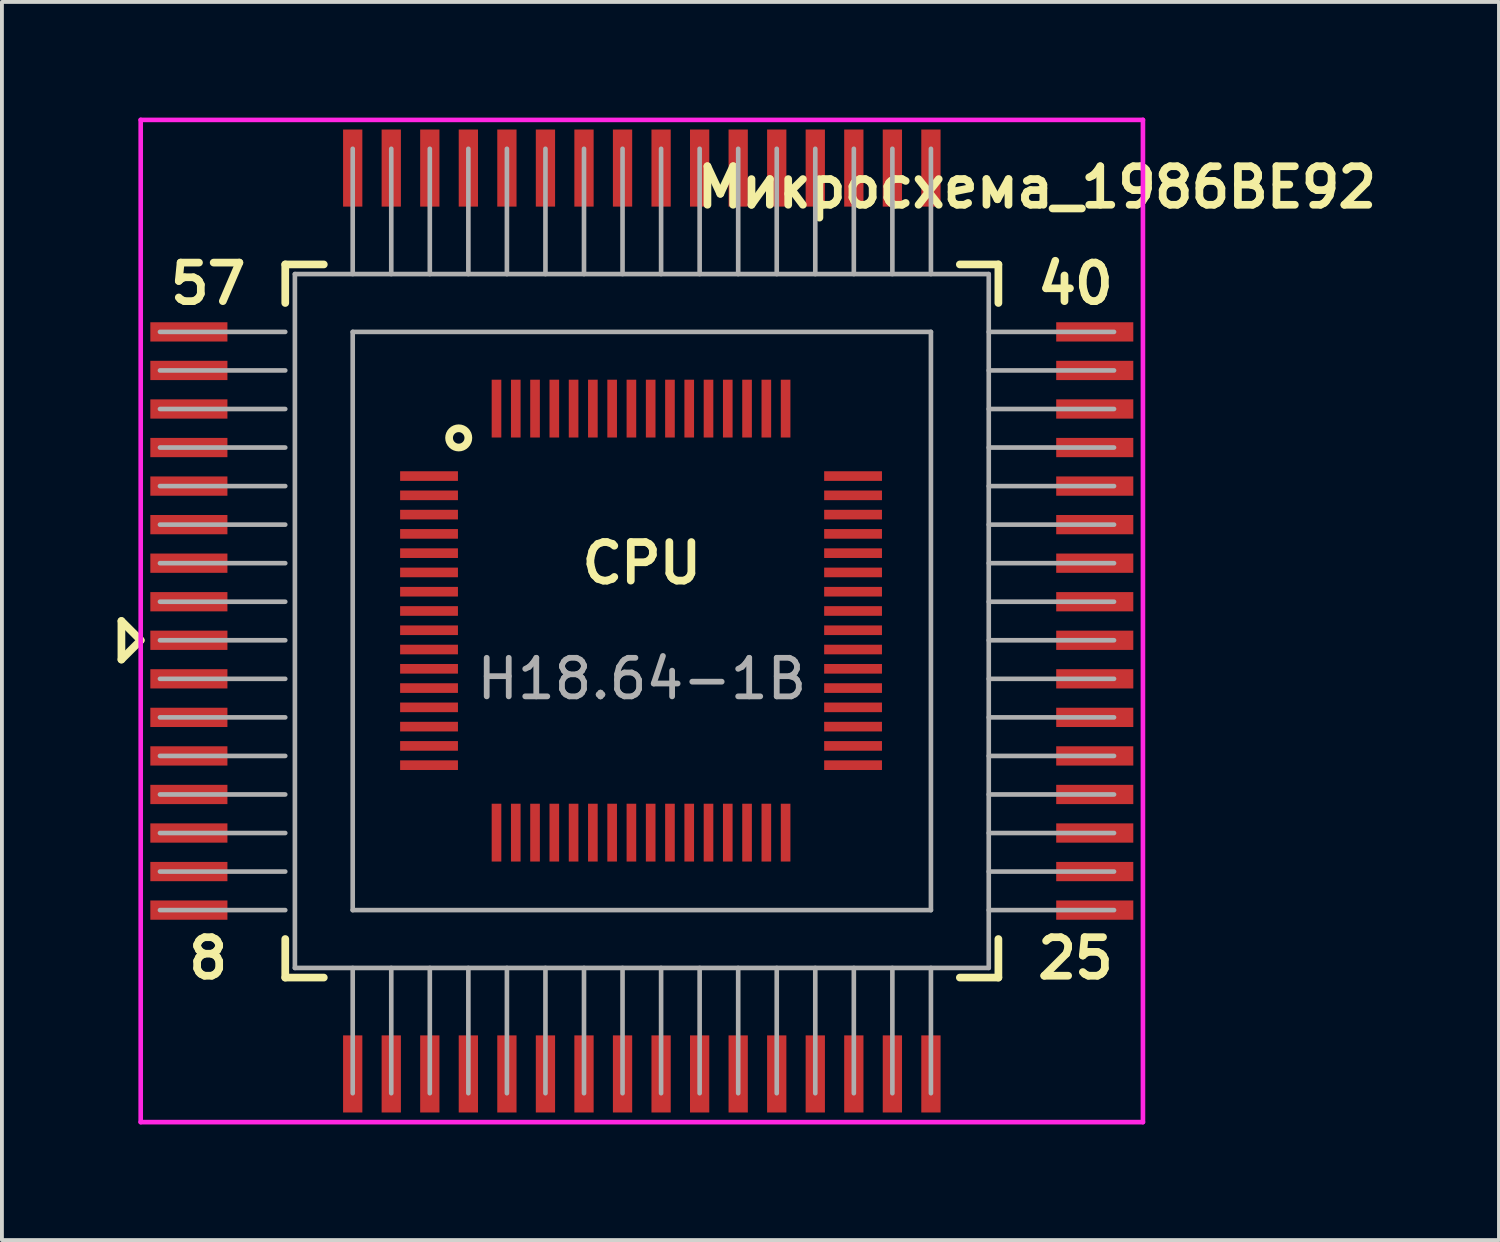
<source format=kicad_pcb>
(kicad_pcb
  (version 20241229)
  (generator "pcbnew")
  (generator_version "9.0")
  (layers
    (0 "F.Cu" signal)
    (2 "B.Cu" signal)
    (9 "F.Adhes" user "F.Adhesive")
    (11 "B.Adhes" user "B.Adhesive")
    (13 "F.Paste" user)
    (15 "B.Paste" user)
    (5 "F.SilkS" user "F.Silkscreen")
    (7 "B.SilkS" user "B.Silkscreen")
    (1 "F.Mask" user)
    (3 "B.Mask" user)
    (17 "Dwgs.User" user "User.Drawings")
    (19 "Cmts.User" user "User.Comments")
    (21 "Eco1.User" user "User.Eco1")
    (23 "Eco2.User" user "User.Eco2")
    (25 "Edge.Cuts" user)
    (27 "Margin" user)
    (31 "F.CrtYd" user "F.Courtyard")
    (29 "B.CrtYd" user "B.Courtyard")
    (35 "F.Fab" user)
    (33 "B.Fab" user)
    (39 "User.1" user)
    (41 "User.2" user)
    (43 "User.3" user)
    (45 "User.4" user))
  (footprint "Микросхема_1986ВЕ92"
    (layer "F.Cu")
    (at 13.6 13.06)
    (property "Reference" "Микросхема_1986ВЕ92" (at 10.25 -11.25 0) (layer "F.SilkS") (effects (font (size 1 1) (thickness 0.2))))
    (attr through_hole)
    (fp_line (start -13.5 1) (end -13.5 0) (stroke (width 0.2) (type solid)) (layer "F.SilkS"))
    (fp_line (start -13 0.5) (end -13.5 0) (stroke (width 0.2) (type solid)) (layer "F.SilkS"))
    (fp_line (start -13 0.5) (end -13.5 1) (stroke (width 0.2) (type solid)) (layer "F.SilkS"))
    (fp_line (start -9.25 -9.25) (end -8.25 -9.25) (stroke (width 0.2) (type solid)) (layer "F.SilkS"))
    (fp_line (start -9.25 -8.25) (end -9.25 -9.25) (stroke (width 0.2) (type solid)) (layer "F.SilkS"))
    (fp_line (start -9.25 9.25) (end -9.25 8.25) (stroke (width 0.2) (type solid)) (layer "F.SilkS"))
    (fp_line (start -9.25 9.25) (end -8.25 9.25) (stroke (width 0.2) (type solid)) (layer "F.SilkS"))
    (fp_line (start 9.25 -9.25) (end 8.25 -9.25) (stroke (width 0.2) (type solid)) (layer "F.SilkS"))
    (fp_line (start 9.25 -9.25) (end 9.25 -8.25) (stroke (width 0.2) (type solid)) (layer "F.SilkS"))
    (fp_line (start 9.25 9.25) (end 8.25 9.25) (stroke (width 0.2) (type solid)) (layer "F.SilkS"))
    (fp_line (start 9.25 9.25) (end 9.25 8.25) (stroke (width 0.2) (type solid)) (layer "F.SilkS"))
    (fp_circle (center -4.75 -4.75) (end -4.5 -4.75) (stroke (width 0.2) (type solid)) (fill no) (layer "F.SilkS"))
    (fp_line (start -13 -13) (end 13 -13) (stroke (width 0.12) (type solid)) (layer "F.CrtYd"))
    (fp_line (start -13 13) (end -13 -13) (stroke (width 0.12) (type solid)) (layer "F.CrtYd"))
    (fp_line (start 13 -13) (end 13 13) (stroke (width 0.12) (type solid)) (layer "F.CrtYd"))
    (fp_line (start 13 13) (end -13 13) (stroke (width 0.12) (type solid)) (layer "F.CrtYd"))
    (fp_line (start -12.5 -7.5) (end -9.25 -7.5) (stroke (width 0.12) (type solid)) (layer "F.Fab"))
    (fp_line (start -12.5 -6.5) (end -9.25 -6.5) (stroke (width 0.12) (type solid)) (layer "F.Fab"))
    (fp_line (start -12.5 -5.5) (end -9.25 -5.5) (stroke (width 0.12) (type solid)) (layer "F.Fab"))
    (fp_line (start -12.5 -4.5) (end -9.25 -4.5) (stroke (width 0.12) (type solid)) (layer "F.Fab"))
    (fp_line (start -12.5 -3.5) (end -9.25 -3.5) (stroke (width 0.12) (type solid)) (layer "F.Fab"))
    (fp_line (start -12.5 -2.5) (end -9.25 -2.5) (stroke (width 0.12) (type solid)) (layer "F.Fab"))
    (fp_line (start -12.5 -1.5) (end -9.25 -1.5) (stroke (width 0.12) (type solid)) (layer "F.Fab"))
    (fp_line (start -12.5 -0.5) (end -9.25 -0.5) (stroke (width 0.12) (type solid)) (layer "F.Fab"))
    (fp_line (start -12.5 0.5) (end -9.25 0.5) (stroke (width 0.12) (type solid)) (layer "F.Fab"))
    (fp_line (start -12.5 1.5) (end -9.25 1.5) (stroke (width 0.12) (type solid)) (layer "F.Fab"))
    (fp_line (start -12.5 2.5) (end -9.25 2.5) (stroke (width 0.12) (type solid)) (layer "F.Fab"))
    (fp_line (start -12.5 3.5) (end -9.25 3.5) (stroke (width 0.12) (type solid)) (layer "F.Fab"))
    (fp_line (start -12.5 4.5) (end -9.25 4.5) (stroke (width 0.12) (type solid)) (layer "F.Fab"))
    (fp_line (start -12.5 5.5) (end -9.25 5.5) (stroke (width 0.12) (type solid)) (layer "F.Fab"))
    (fp_line (start -12.5 6.5) (end -9.25 6.5) (stroke (width 0.12) (type solid)) (layer "F.Fab"))
    (fp_line (start -12.5 7.5) (end -9.25 7.5) (stroke (width 0.12) (type solid)) (layer "F.Fab"))
    (fp_line (start -9 -9) (end 9 -9) (stroke (width 0.12) (type solid)) (layer "F.Fab"))
    (fp_line (start -9 9) (end -9 -9) (stroke (width 0.12) (type solid)) (layer "F.Fab"))
    (fp_line (start -7.5 -12.25) (end -7.5 -9) (stroke (width 0.12) (type solid)) (layer "F.Fab"))
    (fp_line (start -7.5 -7.5) (end 7.5 -7.5) (stroke (width 0.12) (type solid)) (layer "F.Fab"))
    (fp_line (start -7.5 7.5) (end -7.5 -7.5) (stroke (width 0.12) (type solid)) (layer "F.Fab"))
    (fp_line (start -7.5 12.25) (end -7.5 9) (stroke (width 0.12) (type solid)) (layer "F.Fab"))
    (fp_line (start -6.5 -12.25) (end -6.5 -9) (stroke (width 0.12) (type solid)) (layer "F.Fab"))
    (fp_line (start -6.5 12.25) (end -6.5 9) (stroke (width 0.12) (type solid)) (layer "F.Fab"))
    (fp_line (start -5.5 -12.25) (end -5.5 -9) (stroke (width 0.12) (type solid)) (layer "F.Fab"))
    (fp_line (start -5.5 12.25) (end -5.5 9) (stroke (width 0.12) (type solid)) (layer "F.Fab"))
    (fp_line (start -4.5 -12.25) (end -4.5 -9) (stroke (width 0.12) (type solid)) (layer "F.Fab"))
    (fp_line (start -4.5 12.25) (end -4.5 9) (stroke (width 0.12) (type solid)) (layer "F.Fab"))
    (fp_line (start -3.5 -12.25) (end -3.5 -9) (stroke (width 0.12) (type solid)) (layer "F.Fab"))
    (fp_line (start -3.5 12.25) (end -3.5 9) (stroke (width 0.12) (type solid)) (layer "F.Fab"))
    (fp_line (start -2.5 -12.25) (end -2.5 -9) (stroke (width 0.12) (type solid)) (layer "F.Fab"))
    (fp_line (start -2.5 12.25) (end -2.5 9) (stroke (width 0.12) (type solid)) (layer "F.Fab"))
    (fp_line (start -1.5 -12.25) (end -1.5 -9) (stroke (width 0.12) (type solid)) (layer "F.Fab"))
    (fp_line (start -1.5 12.25) (end -1.5 9) (stroke (width 0.12) (type solid)) (layer "F.Fab"))
    (fp_line (start -0.5 -12.25) (end -0.5 -9) (stroke (width 0.12) (type solid)) (layer "F.Fab"))
    (fp_line (start -0.5 12.25) (end -0.5 9) (stroke (width 0.12) (type solid)) (layer "F.Fab"))
    (fp_line (start 0.5 -12.25) (end 0.5 -9) (stroke (width 0.12) (type solid)) (layer "F.Fab"))
    (fp_line (start 0.5 12.25) (end 0.5 9) (stroke (width 0.12) (type solid)) (layer "F.Fab"))
    (fp_line (start 1.5 -12.25) (end 1.5 -9) (stroke (width 0.12) (type solid)) (layer "F.Fab"))
    (fp_line (start 1.5 12.25) (end 1.5 9) (stroke (width 0.12) (type solid)) (layer "F.Fab"))
    (fp_line (start 2.5 -12.25) (end 2.5 -9) (stroke (width 0.12) (type solid)) (layer "F.Fab"))
    (fp_line (start 2.5 12.25) (end 2.5 9) (stroke (width 0.12) (type solid)) (layer "F.Fab"))
    (fp_line (start 3.5 -12.25) (end 3.5 -9) (stroke (width 0.12) (type solid)) (layer "F.Fab"))
    (fp_line (start 3.5 12.25) (end 3.5 9) (stroke (width 0.12) (type solid)) (layer "F.Fab"))
    (fp_line (start 4.5 -12.25) (end 4.5 -9) (stroke (width 0.12) (type solid)) (layer "F.Fab"))
    (fp_line (start 4.5 12.25) (end 4.5 9) (stroke (width 0.12) (type solid)) (layer "F.Fab"))
    (fp_line (start 5.5 -12.25) (end 5.5 -9) (stroke (width 0.12) (type solid)) (layer "F.Fab"))
    (fp_line (start 5.5 12.25) (end 5.5 9) (stroke (width 0.12) (type solid)) (layer "F.Fab"))
    (fp_line (start 6.5 -12.25) (end 6.5 -9) (stroke (width 0.12) (type solid)) (layer "F.Fab"))
    (fp_line (start 6.5 12.25) (end 6.5 9) (stroke (width 0.12) (type solid)) (layer "F.Fab"))
    (fp_line (start 7.5 -12.25) (end 7.5 -9) (stroke (width 0.12) (type solid)) (layer "F.Fab"))
    (fp_line (start 7.5 -7.5) (end 7.5 7.5) (stroke (width 0.12) (type solid)) (layer "F.Fab"))
    (fp_line (start 7.5 7.5) (end -7.5 7.5) (stroke (width 0.12) (type solid)) (layer "F.Fab"))
    (fp_line (start 7.5 12.25) (end 7.5 9) (stroke (width 0.12) (type solid)) (layer "F.Fab"))
    (fp_line (start 9 -9) (end 9 9) (stroke (width 0.12) (type solid)) (layer "F.Fab"))
    (fp_line (start 9 9) (end -9 9) (stroke (width 0.12) (type solid)) (layer "F.Fab"))
    (fp_line (start 12.25 -7.5) (end 9 -7.5) (stroke (width 0.12) (type solid)) (layer "F.Fab"))
    (fp_line (start 12.25 -6.5) (end 9 -6.5) (stroke (width 0.12) (type solid)) (layer "F.Fab"))
    (fp_line (start 12.25 -5.5) (end 9 -5.5) (stroke (width 0.12) (type solid)) (layer "F.Fab"))
    (fp_line (start 12.25 -4.5) (end 9 -4.5) (stroke (width 0.12) (type solid)) (layer "F.Fab"))
    (fp_line (start 12.25 -3.5) (end 9 -3.5) (stroke (width 0.12) (type solid)) (layer "F.Fab"))
    (fp_line (start 12.25 -2.5) (end 9 -2.5) (stroke (width 0.12) (type solid)) (layer "F.Fab"))
    (fp_line (start 12.25 -1.5) (end 9 -1.5) (stroke (width 0.12) (type solid)) (layer "F.Fab"))
    (fp_line (start 12.25 -0.5) (end 9 -0.5) (stroke (width 0.12) (type solid)) (layer "F.Fab"))
    (fp_line (start 12.25 0.5) (end 9 0.5) (stroke (width 0.12) (type solid)) (layer "F.Fab"))
    (fp_line (start 12.25 1.5) (end 9 1.5) (stroke (width 0.12) (type solid)) (layer "F.Fab"))
    (fp_line (start 12.25 2.5) (end 9 2.5) (stroke (width 0.12) (type solid)) (layer "F.Fab"))
    (fp_line (start 12.25 3.5) (end 9 3.5) (stroke (width 0.12) (type solid)) (layer "F.Fab"))
    (fp_line (start 12.25 4.5) (end 9 4.5) (stroke (width 0.12) (type solid)) (layer "F.Fab"))
    (fp_line (start 12.25 5.5) (end 9 5.5) (stroke (width 0.12) (type solid)) (layer "F.Fab"))
    (fp_line (start 12.25 6.5) (end 9 6.5) (stroke (width 0.12) (type solid)) (layer "F.Fab"))
    (fp_line (start 12.25 7.5) (end 9 7.5) (stroke (width 0.12) (type solid)) (layer "F.Fab"))
    (fp_text user "57" (at -11.25 -8.75 0) (layer "F.SilkS") (effects (font (size 1 1) (thickness 0.2))))
    (fp_text user "8" (at -11.25 8.75 0) (layer "F.SilkS") (effects (font (size 1 1) (thickness 0.2))))
    (fp_text user "25" (at 11.25 8.75 0) (layer "F.SilkS") (effects (font (size 1 1) (thickness 0.2))))
    (fp_text user "40" (at 11.25 -8.75 0) (layer "F.SilkS") (effects (font (size 1 1) (thickness 0.2))))
    (fp_text user "CPU" (at 0 -1.5 0) (layer "F.SilkS") (effects (font (size 1 1) (thickness 0.2))))
    (fp_text user "H18.64-1B" (at 0 1.5 0) (layer "F.Fab") (effects (font (size 1 1) (thickness 0.15))))
    (pad "1" smd rect (at -11.75 0.5) (size 2 0.5) (layers "F.Cu" "F.Mask" "F.Paste"))
    (pad "1" smd rect (at -5.52 0.24) (size 1.5 0.25) (layers "F.Cu" "F.Mask" "F.Paste"))
    (pad "2" smd rect (at -11.75 1.5) (size 2 0.5) (layers "F.Cu" "F.Mask" "F.Paste"))
    (pad "2" smd rect (at -5.52 0.74) (size 1.5 0.25) (layers "F.Cu" "F.Mask" "F.Paste"))
    (pad "3" smd rect (at -11.75 2.5) (size 2 0.5) (layers "F.Cu" "F.Mask" "F.Paste"))
    (pad "3" smd rect (at -5.52 1.24) (size 1.5 0.25) (layers "F.Cu" "F.Mask" "F.Paste"))
    (pad "4" smd rect (at -11.75 3.5) (size 2 0.5) (layers "F.Cu" "F.Mask" "F.Paste"))
    (pad "4" smd rect (at -5.52 1.74) (size 1.5 0.25) (layers "F.Cu" "F.Mask" "F.Paste"))
    (pad "5" smd rect (at -11.75 4.5) (size 2 0.5) (layers "F.Cu" "F.Mask" "F.Paste"))
    (pad "5" smd rect (at -5.52 2.24) (size 1.5 0.25) (layers "F.Cu" "F.Mask" "F.Paste"))
    (pad "6" smd rect (at -11.75 5.5) (size 2 0.5) (layers "F.Cu" "F.Mask" "F.Paste"))
    (pad "6" smd rect (at -5.52 2.74) (size 1.5 0.25) (layers "F.Cu" "F.Mask" "F.Paste"))
    (pad "7" smd rect (at -11.75 6.5) (size 2 0.5) (layers "F.Cu" "F.Mask" "F.Paste"))
    (pad "7" smd rect (at -5.52 3.24) (size 1.5 0.25) (layers "F.Cu" "F.Mask" "F.Paste"))
    (pad "8" smd rect (at -11.75 7.5) (size 2 0.5) (layers "F.Cu" "F.Mask" "F.Paste"))
    (pad "8" smd rect (at -5.52 3.74) (size 1.5 0.25) (layers "F.Cu" "F.Mask" "F.Paste"))
    (pad "9" smd rect (at -7.5 11.75) (size 0.5 2) (layers "F.Cu" "F.Mask" "F.Paste"))
    (pad "9" smd rect (at -3.77 5.49) (size 0.25 1.5) (layers "F.Cu" "F.Mask" "F.Paste"))
    (pad "10" smd rect (at -6.5 11.75) (size 0.5 2) (layers "F.Cu" "F.Mask" "F.Paste"))
    (pad "10" smd rect (at -3.27 5.49) (size 0.25 1.5) (layers "F.Cu" "F.Mask" "F.Paste"))
    (pad "11" smd rect (at -5.5 11.75) (size 0.5 2) (layers "F.Cu" "F.Mask" "F.Paste"))
    (pad "11" smd rect (at -2.77 5.49) (size 0.25 1.5) (layers "F.Cu" "F.Mask" "F.Paste"))
    (pad "12" smd rect (at -4.5 11.75) (size 0.5 2) (layers "F.Cu" "F.Mask" "F.Paste"))
    (pad "12" smd rect (at -2.27 5.49) (size 0.25 1.5) (layers "F.Cu" "F.Mask" "F.Paste"))
    (pad "13" smd rect (at -3.5 11.75) (size 0.5 2) (layers "F.Cu" "F.Mask" "F.Paste"))
    (pad "13" smd rect (at -1.77 5.49) (size 0.25 1.5) (layers "F.Cu" "F.Mask" "F.Paste"))
    (pad "14" smd rect (at -2.5 11.75) (size 0.5 2) (layers "F.Cu" "F.Mask" "F.Paste"))
    (pad "14" smd rect (at -1.27 5.49) (size 0.25 1.5) (layers "F.Cu" "F.Mask" "F.Paste"))
    (pad "15" smd rect (at -1.5 11.75) (size 0.5 2) (layers "F.Cu" "F.Mask" "F.Paste"))
    (pad "15" smd rect (at -0.77 5.49) (size 0.25 1.5) (layers "F.Cu" "F.Mask" "F.Paste"))
    (pad "16" smd rect (at -0.5 11.75) (size 0.5 2) (layers "F.Cu" "F.Mask" "F.Paste"))
    (pad "16" smd rect (at -0.27 5.49) (size 0.25 1.5) (layers "F.Cu" "F.Mask" "F.Paste"))
    (pad "17" smd rect (at 0.23 5.49) (size 0.25 1.5) (layers "F.Cu" "F.Mask" "F.Paste"))
    (pad "17" smd rect (at 0.5 11.75) (size 0.5 2) (layers "F.Cu" "F.Mask" "F.Paste"))
    (pad "18" smd rect (at 0.73 5.49) (size 0.25 1.5) (layers "F.Cu" "F.Mask" "F.Paste"))
    (pad "18" smd rect (at 1.5 11.75) (size 0.5 2) (layers "F.Cu" "F.Mask" "F.Paste"))
    (pad "19" smd rect (at 1.23 5.49) (size 0.25 1.5) (layers "F.Cu" "F.Mask" "F.Paste"))
    (pad "19" smd rect (at 2.5 11.75) (size 0.5 2) (layers "F.Cu" "F.Mask" "F.Paste"))
    (pad "20" smd rect (at 1.73 5.49) (size 0.25 1.5) (layers "F.Cu" "F.Mask" "F.Paste"))
    (pad "20" smd rect (at 3.5 11.75) (size 0.5 2) (layers "F.Cu" "F.Mask" "F.Paste"))
    (pad "21" smd rect (at 2.23 5.49) (size 0.25 1.5) (layers "F.Cu" "F.Mask" "F.Paste"))
    (pad "21" smd rect (at 4.5 11.75) (size 0.5 2) (layers "F.Cu" "F.Mask" "F.Paste"))
    (pad "22" smd rect (at 2.73 5.49) (size 0.25 1.5) (layers "F.Cu" "F.Mask" "F.Paste"))
    (pad "22" smd rect (at 5.5 11.75) (size 0.5 2) (layers "F.Cu" "F.Mask" "F.Paste"))
    (pad "23" smd rect (at 3.23 5.49) (size 0.25 1.5) (layers "F.Cu" "F.Mask" "F.Paste"))
    (pad "23" smd rect (at 6.5 11.75) (size 0.5 2) (layers "F.Cu" "F.Mask" "F.Paste"))
    (pad "24" smd rect (at 3.73 5.49) (size 0.25 1.5) (layers "F.Cu" "F.Mask" "F.Paste"))
    (pad "24" smd rect (at 7.5 11.75) (size 0.5 2) (layers "F.Cu" "F.Mask" "F.Paste"))
    (pad "25" smd rect (at 5.48 3.74) (size 1.5 0.25) (layers "F.Cu" "F.Mask" "F.Paste"))
    (pad "25" smd rect (at 11.75 7.5) (size 2 0.5) (layers "F.Cu" "F.Mask" "F.Paste"))
    (pad "26" smd rect (at 5.48 3.24) (size 1.5 0.25) (layers "F.Cu" "F.Mask" "F.Paste"))
    (pad "26" smd rect (at 11.75 6.5) (size 2 0.5) (layers "F.Cu" "F.Mask" "F.Paste"))
    (pad "27" smd rect (at 5.48 2.74) (size 1.5 0.25) (layers "F.Cu" "F.Mask" "F.Paste"))
    (pad "27" smd rect (at 11.75 5.5) (size 2 0.5) (layers "F.Cu" "F.Mask" "F.Paste"))
    (pad "28" smd rect (at 5.48 2.24) (size 1.5 0.25) (layers "F.Cu" "F.Mask" "F.Paste"))
    (pad "28" smd rect (at 11.75 4.5) (size 2 0.5) (layers "F.Cu" "F.Mask" "F.Paste"))
    (pad "29" smd rect (at 5.48 1.24) (size 1.5 0.25) (layers "F.Cu" "F.Mask" "F.Paste"))
    (pad "29" smd rect (at 11.75 3.5) (size 2 0.5) (layers "F.Cu" "F.Mask" "F.Paste"))
    (pad "30" smd rect (at 5.48 0.74) (size 1.5 0.25) (layers "F.Cu" "F.Mask" "F.Paste"))
    (pad "30" smd rect (at 11.75 2.5) (size 2 0.5) (layers "F.Cu" "F.Mask" "F.Paste"))
    (pad "31" smd rect (at 5.48 0.24) (size 1.5 0.25) (layers "F.Cu" "F.Mask" "F.Paste"))
    (pad "31" smd rect (at 11.75 1.5) (size 2 0.5) (layers "F.Cu" "F.Mask" "F.Paste"))
    (pad "32" smd rect (at 5.48 1.74) (size 1.5 0.25) (layers "F.Cu" "F.Mask" "F.Paste"))
    (pad "32" smd rect (at 11.75 0.5) (size 2 0.5) (layers "F.Cu" "F.Mask" "F.Paste"))
    (pad "33" smd rect (at 5.48 -0.26) (size 1.5 0.25) (layers "F.Cu" "F.Mask" "F.Paste"))
    (pad "33" smd rect (at 11.75 -0.5) (size 2 0.5) (layers "F.Cu" "F.Mask" "F.Paste"))
    (pad "34" smd rect (at 5.48 -0.76) (size 1.5 0.25) (layers "F.Cu" "F.Mask" "F.Paste"))
    (pad "34" smd rect (at 11.75 -1.5) (size 2 0.5) (layers "F.Cu" "F.Mask" "F.Paste"))
    (pad "35" smd rect (at 5.48 -1.26) (size 1.5 0.25) (layers "F.Cu" "F.Mask" "F.Paste"))
    (pad "35" smd rect (at 11.75 -2.5) (size 2 0.5) (layers "F.Cu" "F.Mask" "F.Paste"))
    (pad "36" smd rect (at 5.48 -1.76) (size 1.5 0.25) (layers "F.Cu" "F.Mask" "F.Paste"))
    (pad "36" smd rect (at 11.75 -3.5) (size 2 0.5) (layers "F.Cu" "F.Mask" "F.Paste"))
    (pad "37" smd rect (at 5.48 -2.26) (size 1.5 0.25) (layers "F.Cu" "F.Mask" "F.Paste"))
    (pad "37" smd rect (at 11.75 -4.5) (size 2 0.5) (layers "F.Cu" "F.Mask" "F.Paste"))
    (pad "38" smd rect (at 5.48 -2.76) (size 1.5 0.25) (layers "F.Cu" "F.Mask" "F.Paste"))
    (pad "38" smd rect (at 11.75 -5.5) (size 2 0.5) (layers "F.Cu" "F.Mask" "F.Paste"))
    (pad "39" smd rect (at 5.48 -3.26) (size 1.5 0.25) (layers "F.Cu" "F.Mask" "F.Paste"))
    (pad "39" smd rect (at 11.75 -6.5) (size 2 0.5) (layers "F.Cu" "F.Mask" "F.Paste"))
    (pad "40" smd rect (at 5.48 -3.76) (size 1.5 0.25) (layers "F.Cu" "F.Mask" "F.Paste"))
    (pad "40" smd rect (at 11.75 -7.5) (size 2 0.5) (layers "F.Cu" "F.Mask" "F.Paste"))
    (pad "41" smd rect (at 3.73 -5.51) (size 0.25 1.5) (layers "F.Cu" "F.Mask" "F.Paste"))
    (pad "41" smd rect (at 7.5 -11.75) (size 0.5 2) (layers "F.Cu" "F.Mask" "F.Paste"))
    (pad "42" smd rect (at 3.23 -5.51) (size 0.25 1.5) (layers "F.Cu" "F.Mask" "F.Paste"))
    (pad "42" smd rect (at 6.5 -11.75) (size 0.5 2) (layers "F.Cu" "F.Mask" "F.Paste"))
    (pad "43" smd rect (at 2.73 -5.51) (size 0.25 1.5) (layers "F.Cu" "F.Mask" "F.Paste"))
    (pad "43" smd rect (at 5.5 -11.75) (size 0.5 2) (layers "F.Cu" "F.Mask" "F.Paste"))
    (pad "44" smd rect (at 2.23 -5.51) (size 0.25 1.5) (layers "F.Cu" "F.Mask" "F.Paste"))
    (pad "44" smd rect (at 4.5 -11.75) (size 0.5 2) (layers "F.Cu" "F.Mask" "F.Paste"))
    (pad "45" smd rect (at 1.73 -5.51) (size 0.25 1.5) (layers "F.Cu" "F.Mask" "F.Paste"))
    (pad "45" smd rect (at 3.5 -11.75) (size 0.5 2) (layers "F.Cu" "F.Mask" "F.Paste"))
    (pad "46" smd rect (at 1.23 -5.51) (size 0.25 1.5) (layers "F.Cu" "F.Mask" "F.Paste"))
    (pad "46" smd rect (at 2.5 -11.75) (size 0.5 2) (layers "F.Cu" "F.Mask" "F.Paste"))
    (pad "47" smd rect (at 0.73 -5.51) (size 0.25 1.5) (layers "F.Cu" "F.Mask" "F.Paste"))
    (pad "47" smd rect (at 1.5 -11.75) (size 0.5 2) (layers "F.Cu" "F.Mask" "F.Paste"))
    (pad "48" smd rect (at 0.23 -5.51) (size 0.25 1.5) (layers "F.Cu" "F.Mask" "F.Paste"))
    (pad "48" smd rect (at 0.5 -11.75) (size 0.5 2) (layers "F.Cu" "F.Mask" "F.Paste"))
    (pad "49" smd rect (at -0.5 -11.75) (size 0.5 2) (layers "F.Cu" "F.Mask" "F.Paste"))
    (pad "49" smd rect (at -0.27 -5.51) (size 0.25 1.5) (layers "F.Cu" "F.Mask" "F.Paste"))
    (pad "50" smd rect (at -1.5 -11.75) (size 0.5 2) (layers "F.Cu" "F.Mask" "F.Paste"))
    (pad "50" smd rect (at -0.77 -5.51) (size 0.25 1.5) (layers "F.Cu" "F.Mask" "F.Paste"))
    (pad "51" smd rect (at -2.5 -11.75) (size 0.5 2) (layers "F.Cu" "F.Mask" "F.Paste"))
    (pad "51" smd rect (at -1.27 -5.51) (size 0.25 1.5) (layers "F.Cu" "F.Mask" "F.Paste"))
    (pad "52" smd rect (at -3.5 -11.75) (size 0.5 2) (layers "F.Cu" "F.Mask" "F.Paste"))
    (pad "52" smd rect (at -1.77 -5.51) (size 0.25 1.5) (layers "F.Cu" "F.Mask" "F.Paste"))
    (pad "53" smd rect (at -4.5 -11.75) (size 0.5 2) (layers "F.Cu" "F.Mask" "F.Paste"))
    (pad "53" smd rect (at -2.27 -5.51) (size 0.25 1.5) (layers "F.Cu" "F.Mask" "F.Paste"))
    (pad "54" smd rect (at -5.5 -11.75) (size 0.5 2) (layers "F.Cu" "F.Mask" "F.Paste"))
    (pad "54" smd rect (at -2.77 -5.51) (size 0.25 1.5) (layers "F.Cu" "F.Mask" "F.Paste"))
    (pad "55" smd rect (at -6.5 -11.75) (size 0.5 2) (layers "F.Cu" "F.Mask" "F.Paste"))
    (pad "55" smd rect (at -3.27 -5.51) (size 0.25 1.5) (layers "F.Cu" "F.Mask" "F.Paste"))
    (pad "56" smd rect (at -7.5 -11.75) (size 0.5 2) (layers "F.Cu" "F.Mask" "F.Paste"))
    (pad "56" smd rect (at -3.77 -5.51) (size 0.25 1.5) (layers "F.Cu" "F.Mask" "F.Paste"))
    (pad "57" smd rect (at -11.75 -7.5) (size 2 0.5) (layers "F.Cu" "F.Mask" "F.Paste"))
    (pad "57" smd rect (at -5.52 -3.76) (size 1.5 0.25) (layers "F.Cu" "F.Mask" "F.Paste"))
    (pad "58" smd rect (at -11.75 -6.5) (size 2 0.5) (layers "F.Cu" "F.Mask" "F.Paste"))
    (pad "58" smd rect (at -5.52 -3.26) (size 1.5 0.25) (layers "F.Cu" "F.Mask" "F.Paste"))
    (pad "59" smd rect (at -11.75 -5.5) (size 2 0.5) (layers "F.Cu" "F.Mask" "F.Paste"))
    (pad "59" smd rect (at -5.52 -2.76) (size 1.5 0.25) (layers "F.Cu" "F.Mask" "F.Paste"))
    (pad "60" smd rect (at -11.75 -4.5) (size 2 0.5) (layers "F.Cu" "F.Mask" "F.Paste"))
    (pad "60" smd rect (at -5.52 -2.26) (size 1.5 0.25) (layers "F.Cu" "F.Mask" "F.Paste"))
    (pad "61" smd rect (at -11.75 -3.5) (size 2 0.5) (layers "F.Cu" "F.Mask" "F.Paste"))
    (pad "61" smd rect (at -5.52 -1.76) (size 1.5 0.25) (layers "F.Cu" "F.Mask" "F.Paste"))
    (pad "62" smd rect (at -11.75 -2.5) (size 2 0.5) (layers "F.Cu" "F.Mask" "F.Paste"))
    (pad "62" smd rect (at -5.52 -1.26) (size 1.5 0.25) (layers "F.Cu" "F.Mask" "F.Paste"))
    (pad "63" smd rect (at -11.75 -1.5) (size 2 0.5) (layers "F.Cu" "F.Mask" "F.Paste"))
    (pad "63" smd rect (at -5.52 -0.76) (size 1.5 0.25) (layers "F.Cu" "F.Mask" "F.Paste"))
    (pad "64" smd rect (at -11.75 -0.5) (size 2 0.5) (layers "F.Cu" "F.Mask" "F.Paste"))
    (pad "64" smd rect (at -5.52 -0.26) (size 1.5 0.25) (layers "F.Cu" "F.Mask" "F.Paste")))
  (gr_rect
    (start -3 -3)
    (end 35.836 29.12)
    (stroke (width 0.1) (type default))
    (fill no)
    (layer "Edge.Cuts")))
</source>
